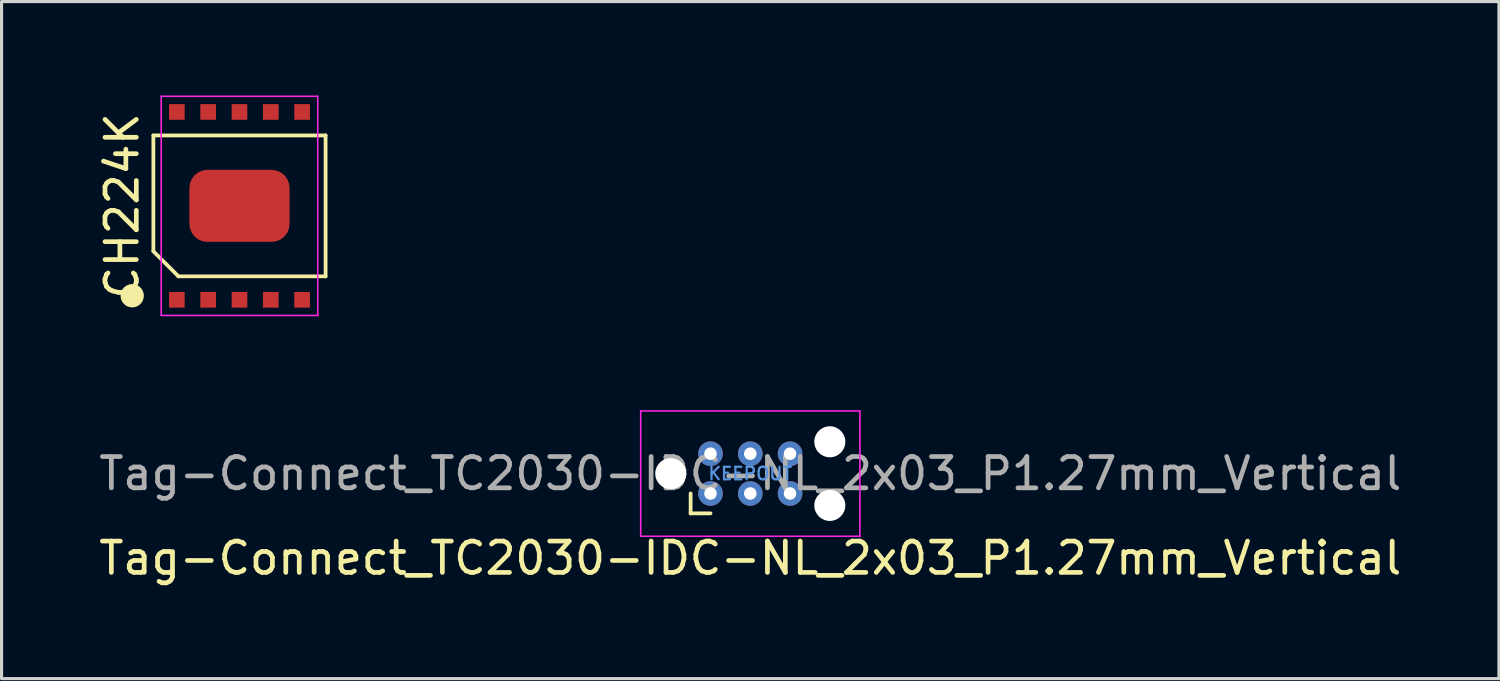
<source format=kicad_pcb>
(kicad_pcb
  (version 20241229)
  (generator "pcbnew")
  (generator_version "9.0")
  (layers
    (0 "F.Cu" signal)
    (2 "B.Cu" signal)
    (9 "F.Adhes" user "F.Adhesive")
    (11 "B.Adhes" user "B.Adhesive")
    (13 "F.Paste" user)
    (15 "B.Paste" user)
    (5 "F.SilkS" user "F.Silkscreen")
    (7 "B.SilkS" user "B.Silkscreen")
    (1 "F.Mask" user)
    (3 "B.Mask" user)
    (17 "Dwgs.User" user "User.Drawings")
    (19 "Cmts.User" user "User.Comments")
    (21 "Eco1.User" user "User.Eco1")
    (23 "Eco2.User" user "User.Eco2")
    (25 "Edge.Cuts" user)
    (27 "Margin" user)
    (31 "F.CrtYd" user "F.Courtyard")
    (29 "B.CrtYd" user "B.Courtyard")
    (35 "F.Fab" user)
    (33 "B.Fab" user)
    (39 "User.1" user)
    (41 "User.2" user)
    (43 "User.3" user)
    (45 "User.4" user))
  (footprint "CH224K"
    (layer "F.Cu")
    (at 4.598 3.525)
    (property "Reference" "CH224K" (at -3.75 0 90) (unlocked yes) (layer "F.SilkS") (effects (font (size 1 1) (thickness 0.15))))
    (attr smd)
    (fp_line (start -2.75 -2.25) (end 2.75 -2.25) (stroke (width 0.12) (type default)) (layer "F.SilkS"))
    (fp_line (start -2.75 1.45) (end -2.75 -2.25) (stroke (width 0.12) (type default)) (layer "F.SilkS"))
    (fp_line (start -1.95 2.25) (end -2.75 1.45) (stroke (width 0.12) (type default)) (layer "F.SilkS"))
    (fp_line (start 2.75 -2.25) (end 2.75 2.25) (stroke (width 0.12) (type default)) (layer "F.SilkS"))
    (fp_line (start 2.75 2.25) (end -1.95 2.25) (stroke (width 0.12) (type default)) (layer "F.SilkS"))
    (fp_circle (center -3.426 2.87) (end -3.104 2.87) (stroke (width 0.1) (type solid)) (fill yes) (layer "F.SilkS"))
    (fp_line (start -2.5 -3.5) (end 2.5 -3.5) (stroke (width 0.05) (type default)) (layer "F.CrtYd"))
    (fp_line (start -2.5 3.5) (end -2.5 -3.5) (stroke (width 0.05) (type default)) (layer "F.CrtYd"))
    (fp_line (start 2.5 -3.5) (end 2.5 3.5) (stroke (width 0.05) (type default)) (layer "F.CrtYd"))
    (fp_line (start 2.5 3.5) (end -2.5 3.5) (stroke (width 0.05) (type default)) (layer "F.CrtYd"))
    (pad "0" smd roundrect (at 0 0) (size 3.2 2.3) (layers "F.Cu" "F.Mask" "F.Paste") (roundrect_rratio 0.25))
    (pad "1" smd rect (at -2 3) (size 0.5 0.5) (layers "F.Cu" "F.Mask" "F.Paste"))
    (pad "2" smd rect (at -1 3) (size 0.5 0.5) (layers "F.Cu" "F.Mask" "F.Paste"))
    (pad "3" smd rect (at 0 3) (size 0.5 0.5) (layers "F.Cu" "F.Mask" "F.Paste"))
    (pad "4" smd rect (at 1 3) (size 0.5 0.5) (layers "F.Cu" "F.Mask" "F.Paste"))
    (pad "5" smd rect (at 2 3) (size 0.5 0.5) (layers "F.Cu" "F.Mask" "F.Paste"))
    (pad "6" smd rect (at 2 -3) (size 0.5 0.5) (layers "F.Cu" "F.Mask" "F.Paste"))
    (pad "7" smd rect (at 1 -3) (size 0.5 0.5) (layers "F.Cu" "F.Mask" "F.Paste"))
    (pad "8" smd rect (at 0 -3) (size 0.5 0.5) (layers "F.Cu" "F.Mask" "F.Paste"))
    (pad "9" smd rect (at -1 -3) (size 0.5 0.5) (layers "F.Cu" "F.Mask" "F.Paste"))
    (pad "10" smd rect (at -2 -3) (size 0.5 0.5) (layers "F.Cu" "F.Mask" "F.Paste")))
  (footprint "Tag-Connect_TC2030-IDC-NL_2x03_P1.27mm_Vertical"
    (layer "F.Cu")
    (at 20.911 12.075)
    (property "Reference" "Tag-Connect_TC2030-IDC-NL_2x03_P1.27mm_Vertical" (at 0 2.7 0) (layer "F.SilkS") (effects (font (size 1 1) (thickness 0.15))))
    (attr exclude_from_pos_files exclude_from_bom)
    (fp_line (start -1.905 1.27) (end -1.905 0.635) (stroke (width 0.12) (type solid)) (layer "F.SilkS"))
    (fp_line (start -1.27 1.27) (end -1.905 1.27) (stroke (width 0.12) (type solid)) (layer "F.SilkS"))
    (fp_line (start -3.5 -2) (end 3.5 -2) (stroke (width 0.05) (type solid)) (layer "F.CrtYd"))
    (fp_line (start -3.5 2) (end -3.5 -2) (stroke (width 0.05) (type solid)) (layer "F.CrtYd"))
    (fp_line (start 3.5 -2) (end 3.5 2) (stroke (width 0.05) (type solid)) (layer "F.CrtYd"))
    (fp_line (start 3.5 2) (end -3.5 2) (stroke (width 0.05) (type solid)) (layer "F.CrtYd"))
    (fp_text user "KEEPOUT" (at 0 0 0) (layer "Cmts.User") (effects (font (size 0.4 0.4) (thickness 0.07))))
    (fp_text user "${REFERENCE}" (at 0 0 0) (layer "F.Fab") (effects (font (size 1 1) (thickness 0.15))))
    (pad "" np_thru_hole circle (at -2.54 0) (size 0.991 0.991) (drill 0.991) (layers "*.Cu" "*.Mask"))
    (pad "" np_thru_hole circle (at 2.54 -1.016) (size 0.991 0.991) (drill 0.991) (layers "*.Cu" "*.Mask"))
    (pad "" np_thru_hole circle (at 2.54 1.016) (size 0.991 0.991) (drill 0.991) (layers "*.Cu" "*.Mask"))
    (pad "1" thru_hole circle (at -1.27 0.635) (size 0.787 0.787) (drill 0.4) (layers "*.Cu" "*.Mask"))
    (pad "2" thru_hole circle (at -1.27 -0.635) (size 0.787 0.787) (drill 0.4) (layers "*.Cu" "*.Mask"))
    (pad "3" thru_hole circle (at 0 0.635) (size 0.787 0.787) (drill 0.4) (layers "*.Cu" "*.Mask"))
    (pad "4" thru_hole circle (at 0 -0.635) (size 0.787 0.787) (drill 0.4) (layers "*.Cu" "*.Mask"))
    (pad "5" thru_hole circle (at 1.27 0.635) (size 0.787 0.787) (drill 0.4) (layers "*.Cu" "*.Mask"))
    (pad "6" thru_hole circle (at 1.27 -0.635) (size 0.787 0.787) (drill 0.4) (layers "*.Cu" "*.Mask"))
    (zone (net_name "") (layer "F.Cu") (hatch full 0.508) (connect_pads) (min_thickness 0.254) (filled_areas_thickness no) (keepout (tracks allowed) (vias not_allowed) (pads allowed) (copperpour not_allowed) (footprints not_allowed)) (placement (enabled no)) (fill) (polygon (pts (xy 22.181 11.44) (xy 19.641 11.44) (xy 19.641 12.71) (xy 22.181 12.71)))))
  (gr_rect
    (start -3 -3)
    (end 44.821 18.623)
    (stroke (width 0.1) (type default))
    (fill no)
    (layer "Edge.Cuts")))
</source>
